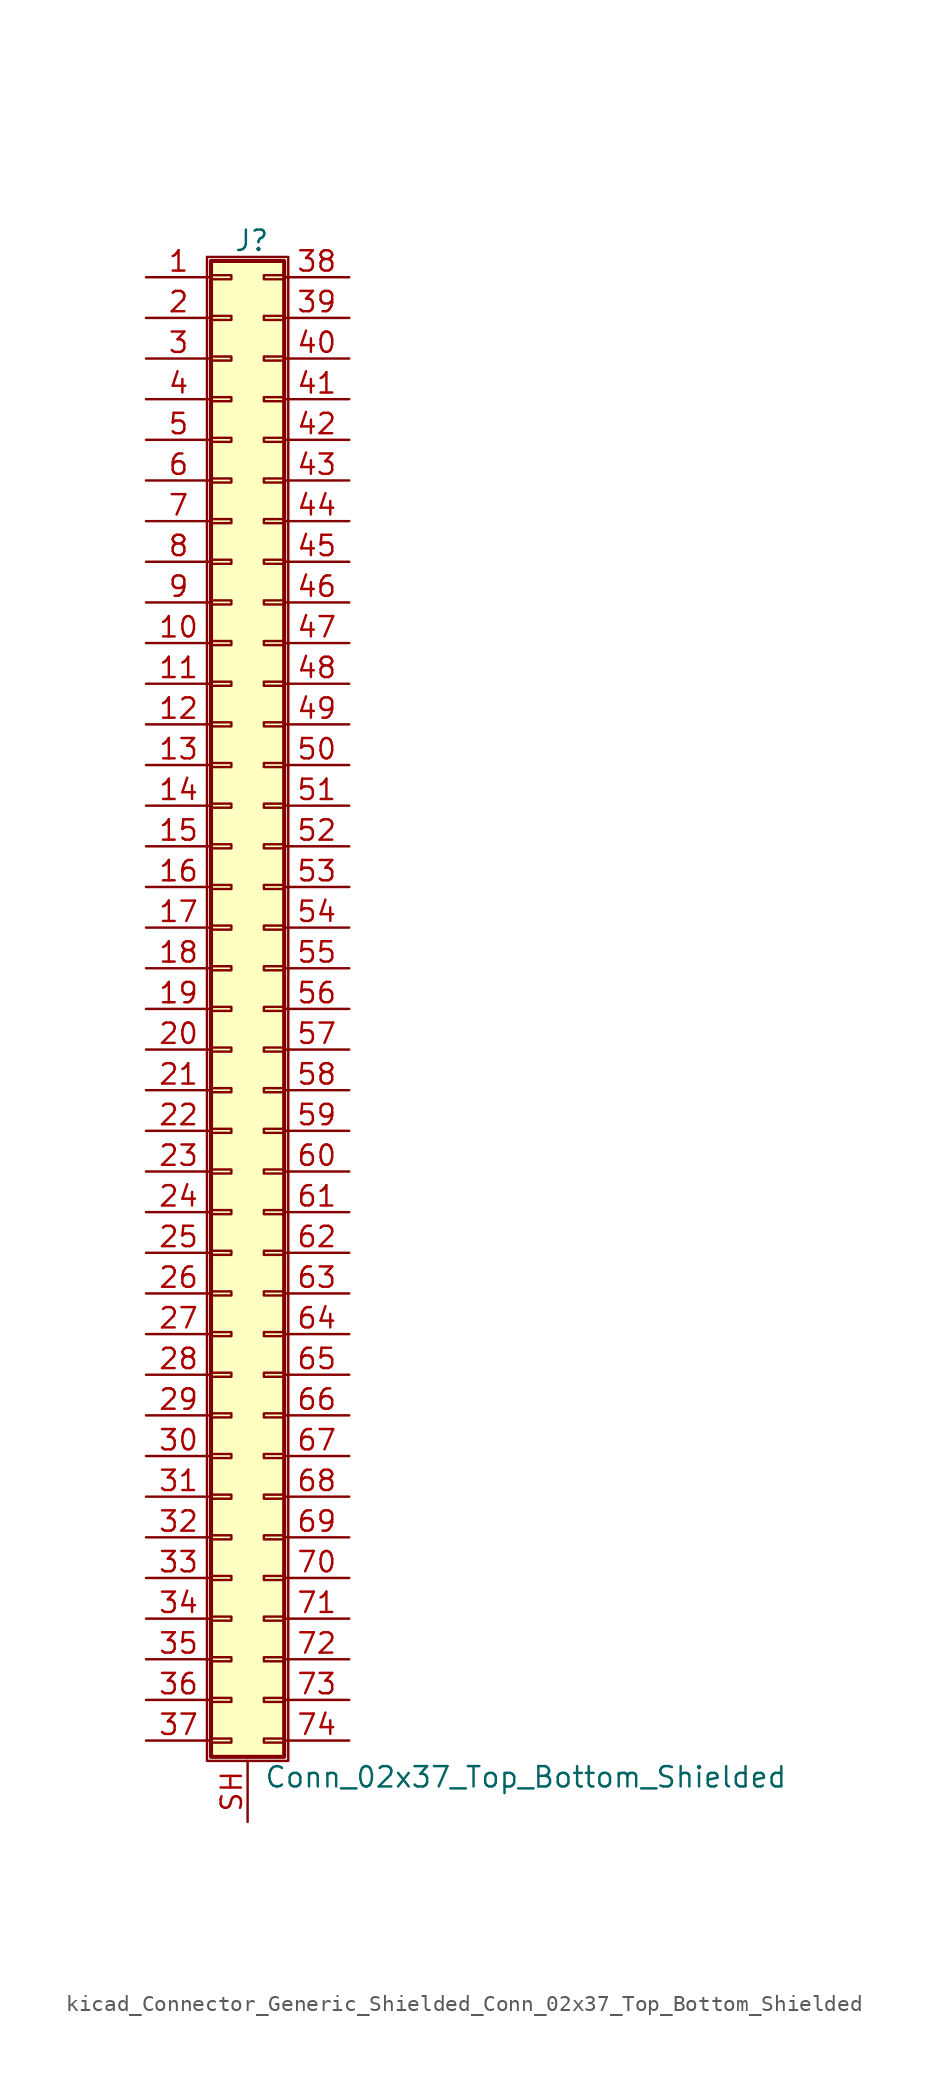
<source format=kicad_sym>
(kicad_symbol_lib
  (version 20220914)
  (generator kicad_symbol_editor)
  (symbol "kicad_Connector_Generic_Shielded_Conn_02x37_Top_Bottom_Shielded"
    (pin_names
      (offset 1.016) hide)
    (property "Reference" "J"
      (at 1.524 48.006 0)
      (effects (font (size 1.27 1.27))))
    (property "Value" "Conn_02x37_Top_Bottom_Shielded"
      (at 2.286 -48.006 0)
      (effects (font (size 1.27 1.27)) (justify left)))
    (symbol "kicad_Connector_Generic_Shielded_Conn_02x37_Top_Bottom_Shielded_1_1"
      (rectangle (start -1.27 46.99) (end 3.81 -46.99) (stroke (width 0.152) (type default)) (fill (type none)))
      (rectangle (start -1.016 -45.593) (end 0.254 -45.847) (stroke (width 0.152) (type default)) (fill (type none)))
      (rectangle (start -1.016 -43.053) (end 0.254 -43.307) (stroke (width 0.152) (type default)) (fill (type none)))
      (rectangle (start -1.016 -40.513) (end 0.254 -40.767) (stroke (width 0.152) (type default)) (fill (type none)))
      (rectangle (start -1.016 -37.973) (end 0.254 -38.227) (stroke (width 0.152) (type default)) (fill (type none)))
      (rectangle (start -1.016 -35.433) (end 0.254 -35.687) (stroke (width 0.152) (type default)) (fill (type none)))
      (rectangle (start -1.016 -32.893) (end 0.254 -33.147) (stroke (width 0.152) (type default)) (fill (type none)))
      (rectangle (start -1.016 -30.353) (end 0.254 -30.607) (stroke (width 0.152) (type default)) (fill (type none)))
      (rectangle (start -1.016 -27.813) (end 0.254 -28.067) (stroke (width 0.152) (type default)) (fill (type none)))
      (rectangle (start -1.016 -25.273) (end 0.254 -25.527) (stroke (width 0.152) (type default)) (fill (type none)))
      (rectangle (start -1.016 -22.733) (end 0.254 -22.987) (stroke (width 0.152) (type default)) (fill (type none)))
      (rectangle (start -1.016 -20.193) (end 0.254 -20.447) (stroke (width 0.152) (type default)) (fill (type none)))
      (rectangle (start -1.016 -17.653) (end 0.254 -17.907) (stroke (width 0.152) (type default)) (fill (type none)))
      (rectangle (start -1.016 -15.113) (end 0.254 -15.367) (stroke (width 0.152) (type default)) (fill (type none)))
      (rectangle (start -1.016 -12.573) (end 0.254 -12.827) (stroke (width 0.152) (type default)) (fill (type none)))
      (rectangle (start -1.016 -10.033) (end 0.254 -10.287) (stroke (width 0.152) (type default)) (fill (type none)))
      (rectangle (start -1.016 -7.493) (end 0.254 -7.747) (stroke (width 0.152) (type default)) (fill (type none)))
      (rectangle (start -1.016 -4.953) (end 0.254 -5.207) (stroke (width 0.152) (type default)) (fill (type none)))
      (rectangle (start -1.016 -2.413) (end 0.254 -2.667) (stroke (width 0.152) (type default)) (fill (type none)))
      (rectangle (start -1.016 0.127) (end 0.254 -0.127) (stroke (width 0.152) (type default)) (fill (type none)))
      (rectangle (start -1.016 2.667) (end 0.254 2.413) (stroke (width 0.152) (type default)) (fill (type none)))
      (rectangle (start -1.016 5.207) (end 0.254 4.953) (stroke (width 0.152) (type default)) (fill (type none)))
      (rectangle (start -1.016 7.747) (end 0.254 7.493) (stroke (width 0.152) (type default)) (fill (type none)))
      (rectangle (start -1.016 10.287) (end 0.254 10.033) (stroke (width 0.152) (type default)) (fill (type none)))
      (rectangle (start -1.016 12.827) (end 0.254 12.573) (stroke (width 0.152) (type default)) (fill (type none)))
      (rectangle (start -1.016 15.367) (end 0.254 15.113) (stroke (width 0.152) (type default)) (fill (type none)))
      (rectangle (start -1.016 17.907) (end 0.254 17.653) (stroke (width 0.152) (type default)) (fill (type none)))
      (rectangle (start -1.016 20.447) (end 0.254 20.193) (stroke (width 0.152) (type default)) (fill (type none)))
      (rectangle (start -1.016 22.987) (end 0.254 22.733) (stroke (width 0.152) (type default)) (fill (type none)))
      (rectangle (start -1.016 25.527) (end 0.254 25.273) (stroke (width 0.152) (type default)) (fill (type none)))
      (rectangle (start -1.016 28.067) (end 0.254 27.813) (stroke (width 0.152) (type default)) (fill (type none)))
      (rectangle (start -1.016 30.607) (end 0.254 30.353) (stroke (width 0.152) (type default)) (fill (type none)))
      (rectangle (start -1.016 33.147) (end 0.254 32.893) (stroke (width 0.152) (type default)) (fill (type none)))
      (rectangle (start -1.016 35.687) (end 0.254 35.433) (stroke (width 0.152) (type default)) (fill (type none)))
      (rectangle (start -1.016 38.227) (end 0.254 37.973) (stroke (width 0.152) (type default)) (fill (type none)))
      (rectangle (start -1.016 40.767) (end 0.254 40.513) (stroke (width 0.152) (type default)) (fill (type none)))
      (rectangle (start -1.016 43.307) (end 0.254 43.053) (stroke (width 0.152) (type default)) (fill (type none)))
      (rectangle (start -1.016 45.847) (end 0.254 45.593) (stroke (width 0.152) (type default)) (fill (type none)))
      (rectangle (start -1.016 46.736) (end 3.556 -46.736) (stroke (width 0.254) (type default)) (fill (type background)))
      (rectangle (start 3.556 -45.593) (end 2.286 -45.847) (stroke (width 0.152) (type default)) (fill (type none)))
      (rectangle (start 3.556 -43.053) (end 2.286 -43.307) (stroke (width 0.152) (type default)) (fill (type none)))
      (rectangle (start 3.556 -40.513) (end 2.286 -40.767) (stroke (width 0.152) (type default)) (fill (type none)))
      (rectangle (start 3.556 -37.973) (end 2.286 -38.227) (stroke (width 0.152) (type default)) (fill (type none)))
      (rectangle (start 3.556 -35.433) (end 2.286 -35.687) (stroke (width 0.152) (type default)) (fill (type none)))
      (rectangle (start 3.556 -32.893) (end 2.286 -33.147) (stroke (width 0.152) (type default)) (fill (type none)))
      (rectangle (start 3.556 -30.353) (end 2.286 -30.607) (stroke (width 0.152) (type default)) (fill (type none)))
      (rectangle (start 3.556 -27.813) (end 2.286 -28.067) (stroke (width 0.152) (type default)) (fill (type none)))
      (rectangle (start 3.556 -25.273) (end 2.286 -25.527) (stroke (width 0.152) (type default)) (fill (type none)))
      (rectangle (start 3.556 -22.733) (end 2.286 -22.987) (stroke (width 0.152) (type default)) (fill (type none)))
      (rectangle (start 3.556 -20.193) (end 2.286 -20.447) (stroke (width 0.152) (type default)) (fill (type none)))
      (rectangle (start 3.556 -17.653) (end 2.286 -17.907) (stroke (width 0.152) (type default)) (fill (type none)))
      (rectangle (start 3.556 -15.113) (end 2.286 -15.367) (stroke (width 0.152) (type default)) (fill (type none)))
      (rectangle (start 3.556 -12.573) (end 2.286 -12.827) (stroke (width 0.152) (type default)) (fill (type none)))
      (rectangle (start 3.556 -10.033) (end 2.286 -10.287) (stroke (width 0.152) (type default)) (fill (type none)))
      (rectangle (start 3.556 -7.493) (end 2.286 -7.747) (stroke (width 0.152) (type default)) (fill (type none)))
      (rectangle (start 3.556 -4.953) (end 2.286 -5.207) (stroke (width 0.152) (type default)) (fill (type none)))
      (rectangle (start 3.556 -2.413) (end 2.286 -2.667) (stroke (width 0.152) (type default)) (fill (type none)))
      (rectangle (start 3.556 0.127) (end 2.286 -0.127) (stroke (width 0.152) (type default)) (fill (type none)))
      (rectangle (start 3.556 2.667) (end 2.286 2.413) (stroke (width 0.152) (type default)) (fill (type none)))
      (rectangle (start 3.556 5.207) (end 2.286 4.953) (stroke (width 0.152) (type default)) (fill (type none)))
      (rectangle (start 3.556 7.747) (end 2.286 7.493) (stroke (width 0.152) (type default)) (fill (type none)))
      (rectangle (start 3.556 10.287) (end 2.286 10.033) (stroke (width 0.152) (type default)) (fill (type none)))
      (rectangle (start 3.556 12.827) (end 2.286 12.573) (stroke (width 0.152) (type default)) (fill (type none)))
      (rectangle (start 3.556 15.367) (end 2.286 15.113) (stroke (width 0.152) (type default)) (fill (type none)))
      (rectangle (start 3.556 17.907) (end 2.286 17.653) (stroke (width 0.152) (type default)) (fill (type none)))
      (rectangle (start 3.556 20.447) (end 2.286 20.193) (stroke (width 0.152) (type default)) (fill (type none)))
      (rectangle (start 3.556 22.987) (end 2.286 22.733) (stroke (width 0.152) (type default)) (fill (type none)))
      (rectangle (start 3.556 25.527) (end 2.286 25.273) (stroke (width 0.152) (type default)) (fill (type none)))
      (rectangle (start 3.556 28.067) (end 2.286 27.813) (stroke (width 0.152) (type default)) (fill (type none)))
      (rectangle (start 3.556 30.607) (end 2.286 30.353) (stroke (width 0.152) (type default)) (fill (type none)))
      (rectangle (start 3.556 33.147) (end 2.286 32.893) (stroke (width 0.152) (type default)) (fill (type none)))
      (rectangle (start 3.556 35.687) (end 2.286 35.433) (stroke (width 0.152) (type default)) (fill (type none)))
      (rectangle (start 3.556 38.227) (end 2.286 37.973) (stroke (width 0.152) (type default)) (fill (type none)))
      (rectangle (start 3.556 40.767) (end 2.286 40.513) (stroke (width 0.152) (type default)) (fill (type none)))
      (rectangle (start 3.556 43.307) (end 2.286 43.053) (stroke (width 0.152) (type default)) (fill (type none)))
      (rectangle (start 3.556 45.847) (end 2.286 45.593) (stroke (width 0.152) (type default)) (fill (type none)))
      (pin passive line (at -5.08 45.72 0) (length 4.064) (name "Pin_1" (effects (font (size 1.27 1.27)))) (number "1" (effects (font (size 1.27 1.27)))))
      (pin passive line (at -5.08 22.86 0) (length 4.064) (name "Pin_10" (effects (font (size 1.27 1.27)))) (number "10" (effects (font (size 1.27 1.27)))))
      (pin passive line (at -5.08 20.32 0) (length 4.064) (name "Pin_11" (effects (font (size 1.27 1.27)))) (number "11" (effects (font (size 1.27 1.27)))))
      (pin passive line (at -5.08 17.78 0) (length 4.064) (name "Pin_12" (effects (font (size 1.27 1.27)))) (number "12" (effects (font (size 1.27 1.27)))))
      (pin passive line (at -5.08 15.24 0) (length 4.064) (name "Pin_13" (effects (font (size 1.27 1.27)))) (number "13" (effects (font (size 1.27 1.27)))))
      (pin passive line (at -5.08 12.7 0) (length 4.064) (name "Pin_14" (effects (font (size 1.27 1.27)))) (number "14" (effects (font (size 1.27 1.27)))))
      (pin passive line (at -5.08 10.16 0) (length 4.064) (name "Pin_15" (effects (font (size 1.27 1.27)))) (number "15" (effects (font (size 1.27 1.27)))))
      (pin passive line (at -5.08 7.62 0) (length 4.064) (name "Pin_16" (effects (font (size 1.27 1.27)))) (number "16" (effects (font (size 1.27 1.27)))))
      (pin passive line (at -5.08 5.08 0) (length 4.064) (name "Pin_17" (effects (font (size 1.27 1.27)))) (number "17" (effects (font (size 1.27 1.27)))))
      (pin passive line (at -5.08 2.54 0) (length 4.064) (name "Pin_18" (effects (font (size 1.27 1.27)))) (number "18" (effects (font (size 1.27 1.27)))))
      (pin passive line (at -5.08 0 0) (length 4.064) (name "Pin_19" (effects (font (size 1.27 1.27)))) (number "19" (effects (font (size 1.27 1.27)))))
      (pin passive line (at -5.08 43.18 0) (length 4.064) (name "Pin_2" (effects (font (size 1.27 1.27)))) (number "2" (effects (font (size 1.27 1.27)))))
      (pin passive line (at -5.08 -2.54 0) (length 4.064) (name "Pin_20" (effects (font (size 1.27 1.27)))) (number "20" (effects (font (size 1.27 1.27)))))
      (pin passive line (at -5.08 -5.08 0) (length 4.064) (name "Pin_21" (effects (font (size 1.27 1.27)))) (number "21" (effects (font (size 1.27 1.27)))))
      (pin passive line (at -5.08 -7.62 0) (length 4.064) (name "Pin_22" (effects (font (size 1.27 1.27)))) (number "22" (effects (font (size 1.27 1.27)))))
      (pin passive line (at -5.08 -10.16 0) (length 4.064) (name "Pin_23" (effects (font (size 1.27 1.27)))) (number "23" (effects (font (size 1.27 1.27)))))
      (pin passive line (at -5.08 -12.7 0) (length 4.064) (name "Pin_24" (effects (font (size 1.27 1.27)))) (number "24" (effects (font (size 1.27 1.27)))))
      (pin passive line (at -5.08 -15.24 0) (length 4.064) (name "Pin_25" (effects (font (size 1.27 1.27)))) (number "25" (effects (font (size 1.27 1.27)))))
      (pin passive line (at -5.08 -17.78 0) (length 4.064) (name "Pin_26" (effects (font (size 1.27 1.27)))) (number "26" (effects (font (size 1.27 1.27)))))
      (pin passive line (at -5.08 -20.32 0) (length 4.064) (name "Pin_27" (effects (font (size 1.27 1.27)))) (number "27" (effects (font (size 1.27 1.27)))))
      (pin passive line (at -5.08 -22.86 0) (length 4.064) (name "Pin_28" (effects (font (size 1.27 1.27)))) (number "28" (effects (font (size 1.27 1.27)))))
      (pin passive line (at -5.08 -25.4 0) (length 4.064) (name "Pin_29" (effects (font (size 1.27 1.27)))) (number "29" (effects (font (size 1.27 1.27)))))
      (pin passive line (at -5.08 40.64 0) (length 4.064) (name "Pin_3" (effects (font (size 1.27 1.27)))) (number "3" (effects (font (size 1.27 1.27)))))
      (pin passive line (at -5.08 -27.94 0) (length 4.064) (name "Pin_30" (effects (font (size 1.27 1.27)))) (number "30" (effects (font (size 1.27 1.27)))))
      (pin passive line (at -5.08 -30.48 0) (length 4.064) (name "Pin_31" (effects (font (size 1.27 1.27)))) (number "31" (effects (font (size 1.27 1.27)))))
      (pin passive line (at -5.08 -33.02 0) (length 4.064) (name "Pin_32" (effects (font (size 1.27 1.27)))) (number "32" (effects (font (size 1.27 1.27)))))
      (pin passive line (at -5.08 -35.56 0) (length 4.064) (name "Pin_33" (effects (font (size 1.27 1.27)))) (number "33" (effects (font (size 1.27 1.27)))))
      (pin passive line (at -5.08 -38.1 0) (length 4.064) (name "Pin_34" (effects (font (size 1.27 1.27)))) (number "34" (effects (font (size 1.27 1.27)))))
      (pin passive line (at -5.08 -40.64 0) (length 4.064) (name "Pin_35" (effects (font (size 1.27 1.27)))) (number "35" (effects (font (size 1.27 1.27)))))
      (pin passive line (at -5.08 -43.18 0) (length 4.064) (name "Pin_36" (effects (font (size 1.27 1.27)))) (number "36" (effects (font (size 1.27 1.27)))))
      (pin passive line (at -5.08 -45.72 0) (length 4.064) (name "Pin_37" (effects (font (size 1.27 1.27)))) (number "37" (effects (font (size 1.27 1.27)))))
      (pin passive line (at 7.62 45.72 180) (length 4.064) (name "Pin_38" (effects (font (size 1.27 1.27)))) (number "38" (effects (font (size 1.27 1.27)))))
      (pin passive line (at 7.62 43.18 180) (length 4.064) (name "Pin_39" (effects (font (size 1.27 1.27)))) (number "39" (effects (font (size 1.27 1.27)))))
      (pin passive line (at -5.08 38.1 0) (length 4.064) (name "Pin_4" (effects (font (size 1.27 1.27)))) (number "4" (effects (font (size 1.27 1.27)))))
      (pin passive line (at 7.62 40.64 180) (length 4.064) (name "Pin_40" (effects (font (size 1.27 1.27)))) (number "40" (effects (font (size 1.27 1.27)))))
      (pin passive line (at 7.62 38.1 180) (length 4.064) (name "Pin_41" (effects (font (size 1.27 1.27)))) (number "41" (effects (font (size 1.27 1.27)))))
      (pin passive line (at 7.62 35.56 180) (length 4.064) (name "Pin_42" (effects (font (size 1.27 1.27)))) (number "42" (effects (font (size 1.27 1.27)))))
      (pin passive line (at 7.62 33.02 180) (length 4.064) (name "Pin_43" (effects (font (size 1.27 1.27)))) (number "43" (effects (font (size 1.27 1.27)))))
      (pin passive line (at 7.62 30.48 180) (length 4.064) (name "Pin_44" (effects (font (size 1.27 1.27)))) (number "44" (effects (font (size 1.27 1.27)))))
      (pin passive line (at 7.62 27.94 180) (length 4.064) (name "Pin_45" (effects (font (size 1.27 1.27)))) (number "45" (effects (font (size 1.27 1.27)))))
      (pin passive line (at 7.62 25.4 180) (length 4.064) (name "Pin_46" (effects (font (size 1.27 1.27)))) (number "46" (effects (font (size 1.27 1.27)))))
      (pin passive line (at 7.62 22.86 180) (length 4.064) (name "Pin_47" (effects (font (size 1.27 1.27)))) (number "47" (effects (font (size 1.27 1.27)))))
      (pin passive line (at 7.62 20.32 180) (length 4.064) (name "Pin_48" (effects (font (size 1.27 1.27)))) (number "48" (effects (font (size 1.27 1.27)))))
      (pin passive line (at 7.62 17.78 180) (length 4.064) (name "Pin_49" (effects (font (size 1.27 1.27)))) (number "49" (effects (font (size 1.27 1.27)))))
      (pin passive line (at -5.08 35.56 0) (length 4.064) (name "Pin_5" (effects (font (size 1.27 1.27)))) (number "5" (effects (font (size 1.27 1.27)))))
      (pin passive line (at 7.62 15.24 180) (length 4.064) (name "Pin_50" (effects (font (size 1.27 1.27)))) (number "50" (effects (font (size 1.27 1.27)))))
      (pin passive line (at 7.62 12.7 180) (length 4.064) (name "Pin_51" (effects (font (size 1.27 1.27)))) (number "51" (effects (font (size 1.27 1.27)))))
      (pin passive line (at 7.62 10.16 180) (length 4.064) (name "Pin_52" (effects (font (size 1.27 1.27)))) (number "52" (effects (font (size 1.27 1.27)))))
      (pin passive line (at 7.62 7.62 180) (length 4.064) (name "Pin_53" (effects (font (size 1.27 1.27)))) (number "53" (effects (font (size 1.27 1.27)))))
      (pin passive line (at 7.62 5.08 180) (length 4.064) (name "Pin_54" (effects (font (size 1.27 1.27)))) (number "54" (effects (font (size 1.27 1.27)))))
      (pin passive line (at 7.62 2.54 180) (length 4.064) (name "Pin_55" (effects (font (size 1.27 1.27)))) (number "55" (effects (font (size 1.27 1.27)))))
      (pin passive line (at 7.62 0 180) (length 4.064) (name "Pin_56" (effects (font (size 1.27 1.27)))) (number "56" (effects (font (size 1.27 1.27)))))
      (pin passive line (at 7.62 -2.54 180) (length 4.064) (name "Pin_57" (effects (font (size 1.27 1.27)))) (number "57" (effects (font (size 1.27 1.27)))))
      (pin passive line (at 7.62 -5.08 180) (length 4.064) (name "Pin_58" (effects (font (size 1.27 1.27)))) (number "58" (effects (font (size 1.27 1.27)))))
      (pin passive line (at 7.62 -7.62 180) (length 4.064) (name "Pin_59" (effects (font (size 1.27 1.27)))) (number "59" (effects (font (size 1.27 1.27)))))
      (pin passive line (at -5.08 33.02 0) (length 4.064) (name "Pin_6" (effects (font (size 1.27 1.27)))) (number "6" (effects (font (size 1.27 1.27)))))
      (pin passive line (at 7.62 -10.16 180) (length 4.064) (name "Pin_60" (effects (font (size 1.27 1.27)))) (number "60" (effects (font (size 1.27 1.27)))))
      (pin passive line (at 7.62 -12.7 180) (length 4.064) (name "Pin_61" (effects (font (size 1.27 1.27)))) (number "61" (effects (font (size 1.27 1.27)))))
      (pin passive line (at 7.62 -15.24 180) (length 4.064) (name "Pin_62" (effects (font (size 1.27 1.27)))) (number "62" (effects (font (size 1.27 1.27)))))
      (pin passive line (at 7.62 -17.78 180) (length 4.064) (name "Pin_63" (effects (font (size 1.27 1.27)))) (number "63" (effects (font (size 1.27 1.27)))))
      (pin passive line (at 7.62 -20.32 180) (length 4.064) (name "Pin_64" (effects (font (size 1.27 1.27)))) (number "64" (effects (font (size 1.27 1.27)))))
      (pin passive line (at 7.62 -22.86 180) (length 4.064) (name "Pin_65" (effects (font (size 1.27 1.27)))) (number "65" (effects (font (size 1.27 1.27)))))
      (pin passive line (at 7.62 -25.4 180) (length 4.064) (name "Pin_66" (effects (font (size 1.27 1.27)))) (number "66" (effects (font (size 1.27 1.27)))))
      (pin passive line (at 7.62 -27.94 180) (length 4.064) (name "Pin_67" (effects (font (size 1.27 1.27)))) (number "67" (effects (font (size 1.27 1.27)))))
      (pin passive line (at 7.62 -30.48 180) (length 4.064) (name "Pin_68" (effects (font (size 1.27 1.27)))) (number "68" (effects (font (size 1.27 1.27)))))
      (pin passive line (at 7.62 -33.02 180) (length 4.064) (name "Pin_69" (effects (font (size 1.27 1.27)))) (number "69" (effects (font (size 1.27 1.27)))))
      (pin passive line (at -5.08 30.48 0) (length 4.064) (name "Pin_7" (effects (font (size 1.27 1.27)))) (number "7" (effects (font (size 1.27 1.27)))))
      (pin passive line (at 7.62 -35.56 180) (length 4.064) (name "Pin_70" (effects (font (size 1.27 1.27)))) (number "70" (effects (font (size 1.27 1.27)))))
      (pin passive line (at 7.62 -38.1 180) (length 4.064) (name "Pin_71" (effects (font (size 1.27 1.27)))) (number "71" (effects (font (size 1.27 1.27)))))
      (pin passive line (at 7.62 -40.64 180) (length 4.064) (name "Pin_72" (effects (font (size 1.27 1.27)))) (number "72" (effects (font (size 1.27 1.27)))))
      (pin passive line (at 7.62 -43.18 180) (length 4.064) (name "Pin_73" (effects (font (size 1.27 1.27)))) (number "73" (effects (font (size 1.27 1.27)))))
      (pin passive line (at 7.62 -45.72 180) (length 4.064) (name "Pin_74" (effects (font (size 1.27 1.27)))) (number "74" (effects (font (size 1.27 1.27)))))
      (pin passive line (at -5.08 27.94 0) (length 4.064) (name "Pin_8" (effects (font (size 1.27 1.27)))) (number "8" (effects (font (size 1.27 1.27)))))
      (pin passive line (at -5.08 25.4 0) (length 4.064) (name "Pin_9" (effects (font (size 1.27 1.27)))) (number "9" (effects (font (size 1.27 1.27)))))
      (pin passive line (at 1.27 -50.8 90) (length 3.81) (name "Shield" (effects (font (size 1.27 1.27)))) (number "SH" (effects (font (size 1.27 1.27))))))))
</source>
